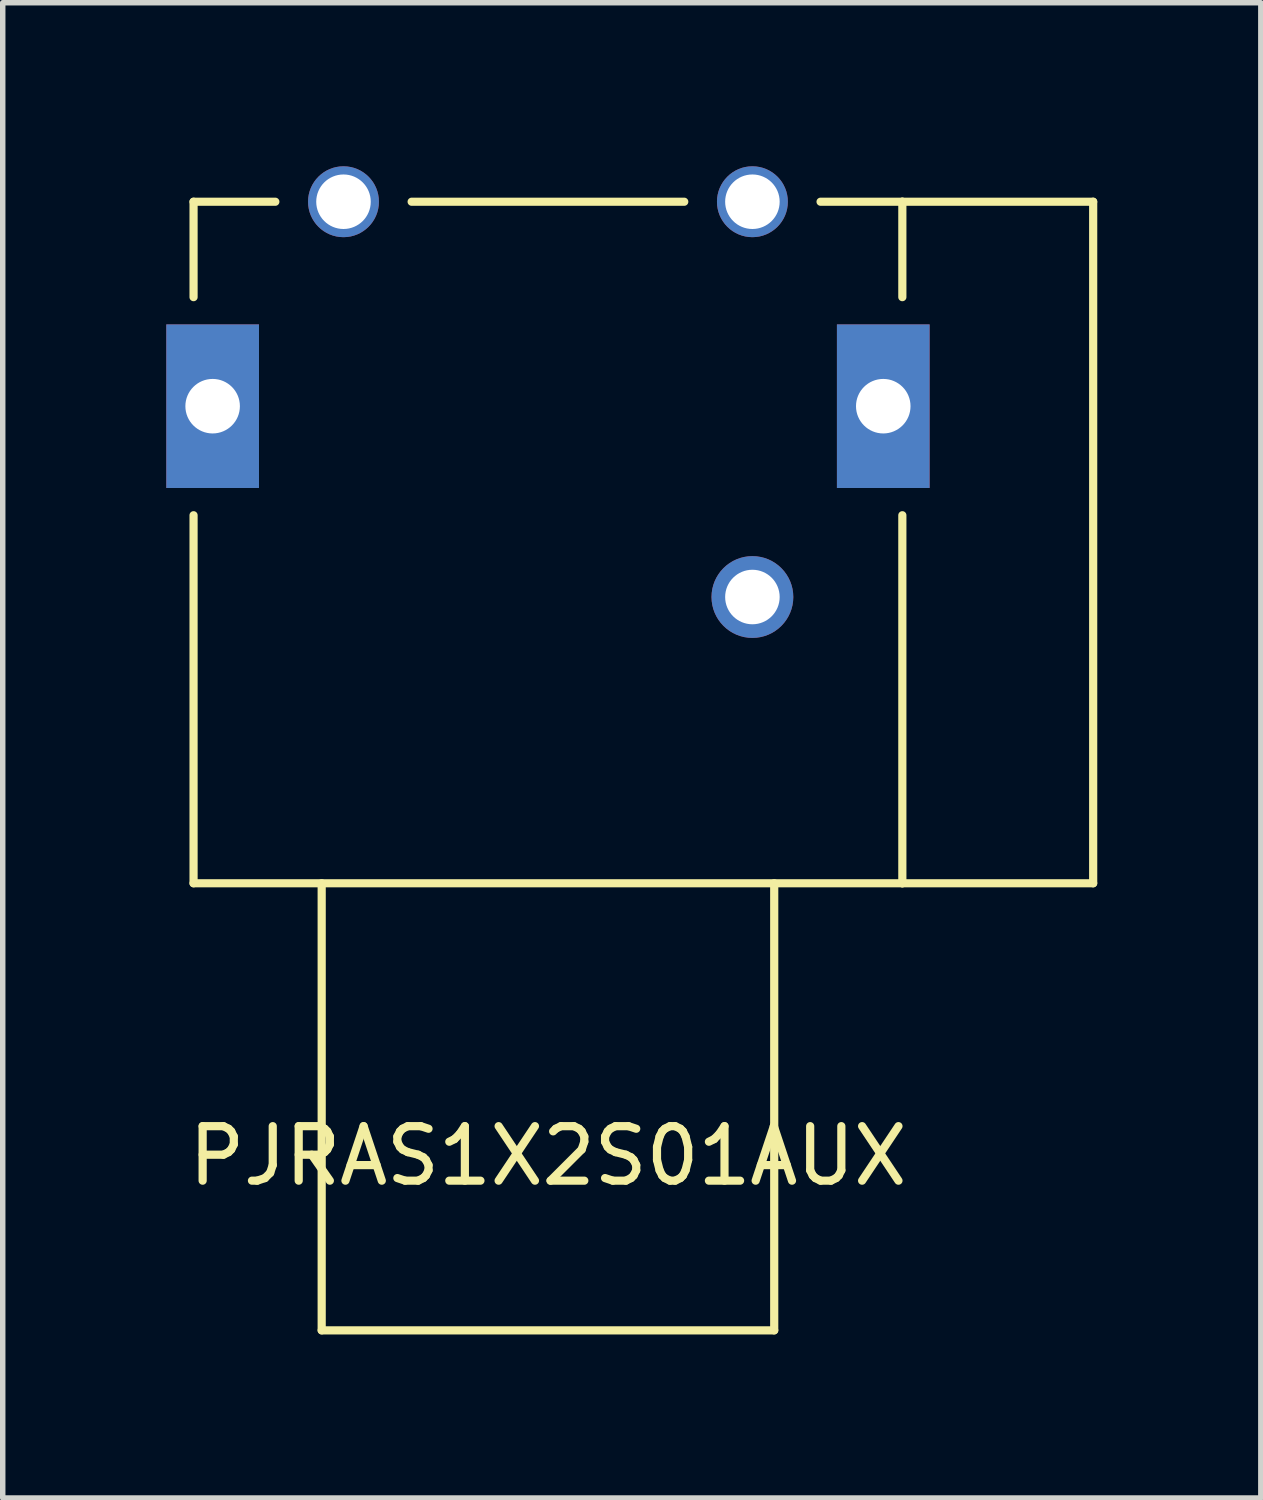
<source format=kicad_pcb>
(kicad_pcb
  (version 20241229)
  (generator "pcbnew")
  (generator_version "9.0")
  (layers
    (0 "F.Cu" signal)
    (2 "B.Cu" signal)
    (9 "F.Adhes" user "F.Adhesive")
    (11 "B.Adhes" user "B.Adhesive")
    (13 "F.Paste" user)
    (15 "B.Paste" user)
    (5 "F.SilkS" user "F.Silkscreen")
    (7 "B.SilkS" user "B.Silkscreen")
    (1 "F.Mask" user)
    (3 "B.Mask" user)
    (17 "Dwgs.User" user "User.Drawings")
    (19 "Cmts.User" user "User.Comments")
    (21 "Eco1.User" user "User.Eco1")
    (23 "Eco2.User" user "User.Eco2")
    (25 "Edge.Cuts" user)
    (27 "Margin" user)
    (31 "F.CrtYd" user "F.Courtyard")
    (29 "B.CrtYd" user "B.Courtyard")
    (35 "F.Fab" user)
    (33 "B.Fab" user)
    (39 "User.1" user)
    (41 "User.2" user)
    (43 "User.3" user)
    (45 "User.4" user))
  (footprint "PJRAS1X2S01AUX"
    (layer "F.Cu")
    (at 7 13.15)
    (property "Reference" "PJRAS1X2S01AUX" (at 0 5 0) (layer "F.SilkS") (effects (font (size 1 1) (thickness 0.15))))
    (attr through_hole)
    (fp_line (start -6.5 -12.5) (end -6.5 -10.75) (stroke (width 0.15) (type solid)) (layer "F.SilkS"))
    (fp_line (start -6.5 -12.5) (end -5 -12.5) (stroke (width 0.15) (type solid)) (layer "F.SilkS"))
    (fp_line (start -6.5 -6.75) (end -6.5 0) (stroke (width 0.15) (type solid)) (layer "F.SilkS"))
    (fp_line (start -6.5 0) (end 6.5 0) (stroke (width 0.15) (type solid)) (layer "F.SilkS"))
    (fp_line (start -4.15 0) (end -4.15 8.2) (stroke (width 0.15) (type solid)) (layer "F.SilkS"))
    (fp_line (start -2.5 -12.5) (end 2.5 -12.5) (stroke (width 0.15) (type solid)) (layer "F.SilkS"))
    (fp_line (start 4.15 0) (end 4.15 8.2) (stroke (width 0.15) (type solid)) (layer "F.SilkS"))
    (fp_line (start 4.15 8.2) (end -4.15 8.2) (stroke (width 0.15) (type solid)) (layer "F.SilkS"))
    (fp_line (start 5 -12.5) (end 6.5 -12.5) (stroke (width 0.15) (type solid)) (layer "F.SilkS"))
    (fp_line (start 6.5 -12.5) (end 6.5 -10.75) (stroke (width 0.15) (type solid)) (layer "F.SilkS"))
    (fp_line (start 6.5 -12.5) (end 10 -12.5) (stroke (width 0.15) (type solid)) (layer "F.SilkS"))
    (fp_line (start 6.5 -6.75) (end 6.5 0) (stroke (width 0.15) (type solid)) (layer "F.SilkS"))
    (fp_line (start 10 -12.5) (end 10 0) (stroke (width 0.15) (type solid)) (layer "F.SilkS"))
    (fp_line (start 10 0) (end 6.5 0) (stroke (width 0.15) (type solid)) (layer "F.SilkS"))
    (pad "" np_thru_hole rect (at -6.15 -8.75) (size 1.7 3) (drill 1) (layers "*.Cu" "*.Mask"))
    (pad "" np_thru_hole rect (at 6.15 -8.75) (size 1.7 3) (drill 1) (layers "*.Cu" "*.Mask"))
    (pad "1" thru_hole circle (at 3.75 -12.5) (size 1.3 1.3) (drill 1) (layers "*.Cu" "*.Mask"))
    (pad "2" thru_hole circle (at -3.75 -12.5) (size 1.3 1.3) (drill 1) (layers "*.Cu" "*.Mask"))
    (pad "3" thru_hole circle (at 3.75 -5.25) (size 1.5 1.5) (drill 1) (layers "*.Cu" "*.Mask")))
  (gr_rect
    (start -3 -3)
    (end 20.075 24.425)
    (stroke (width 0.1) (type default))
    (fill no)
    (layer "Edge.Cuts")))
</source>
